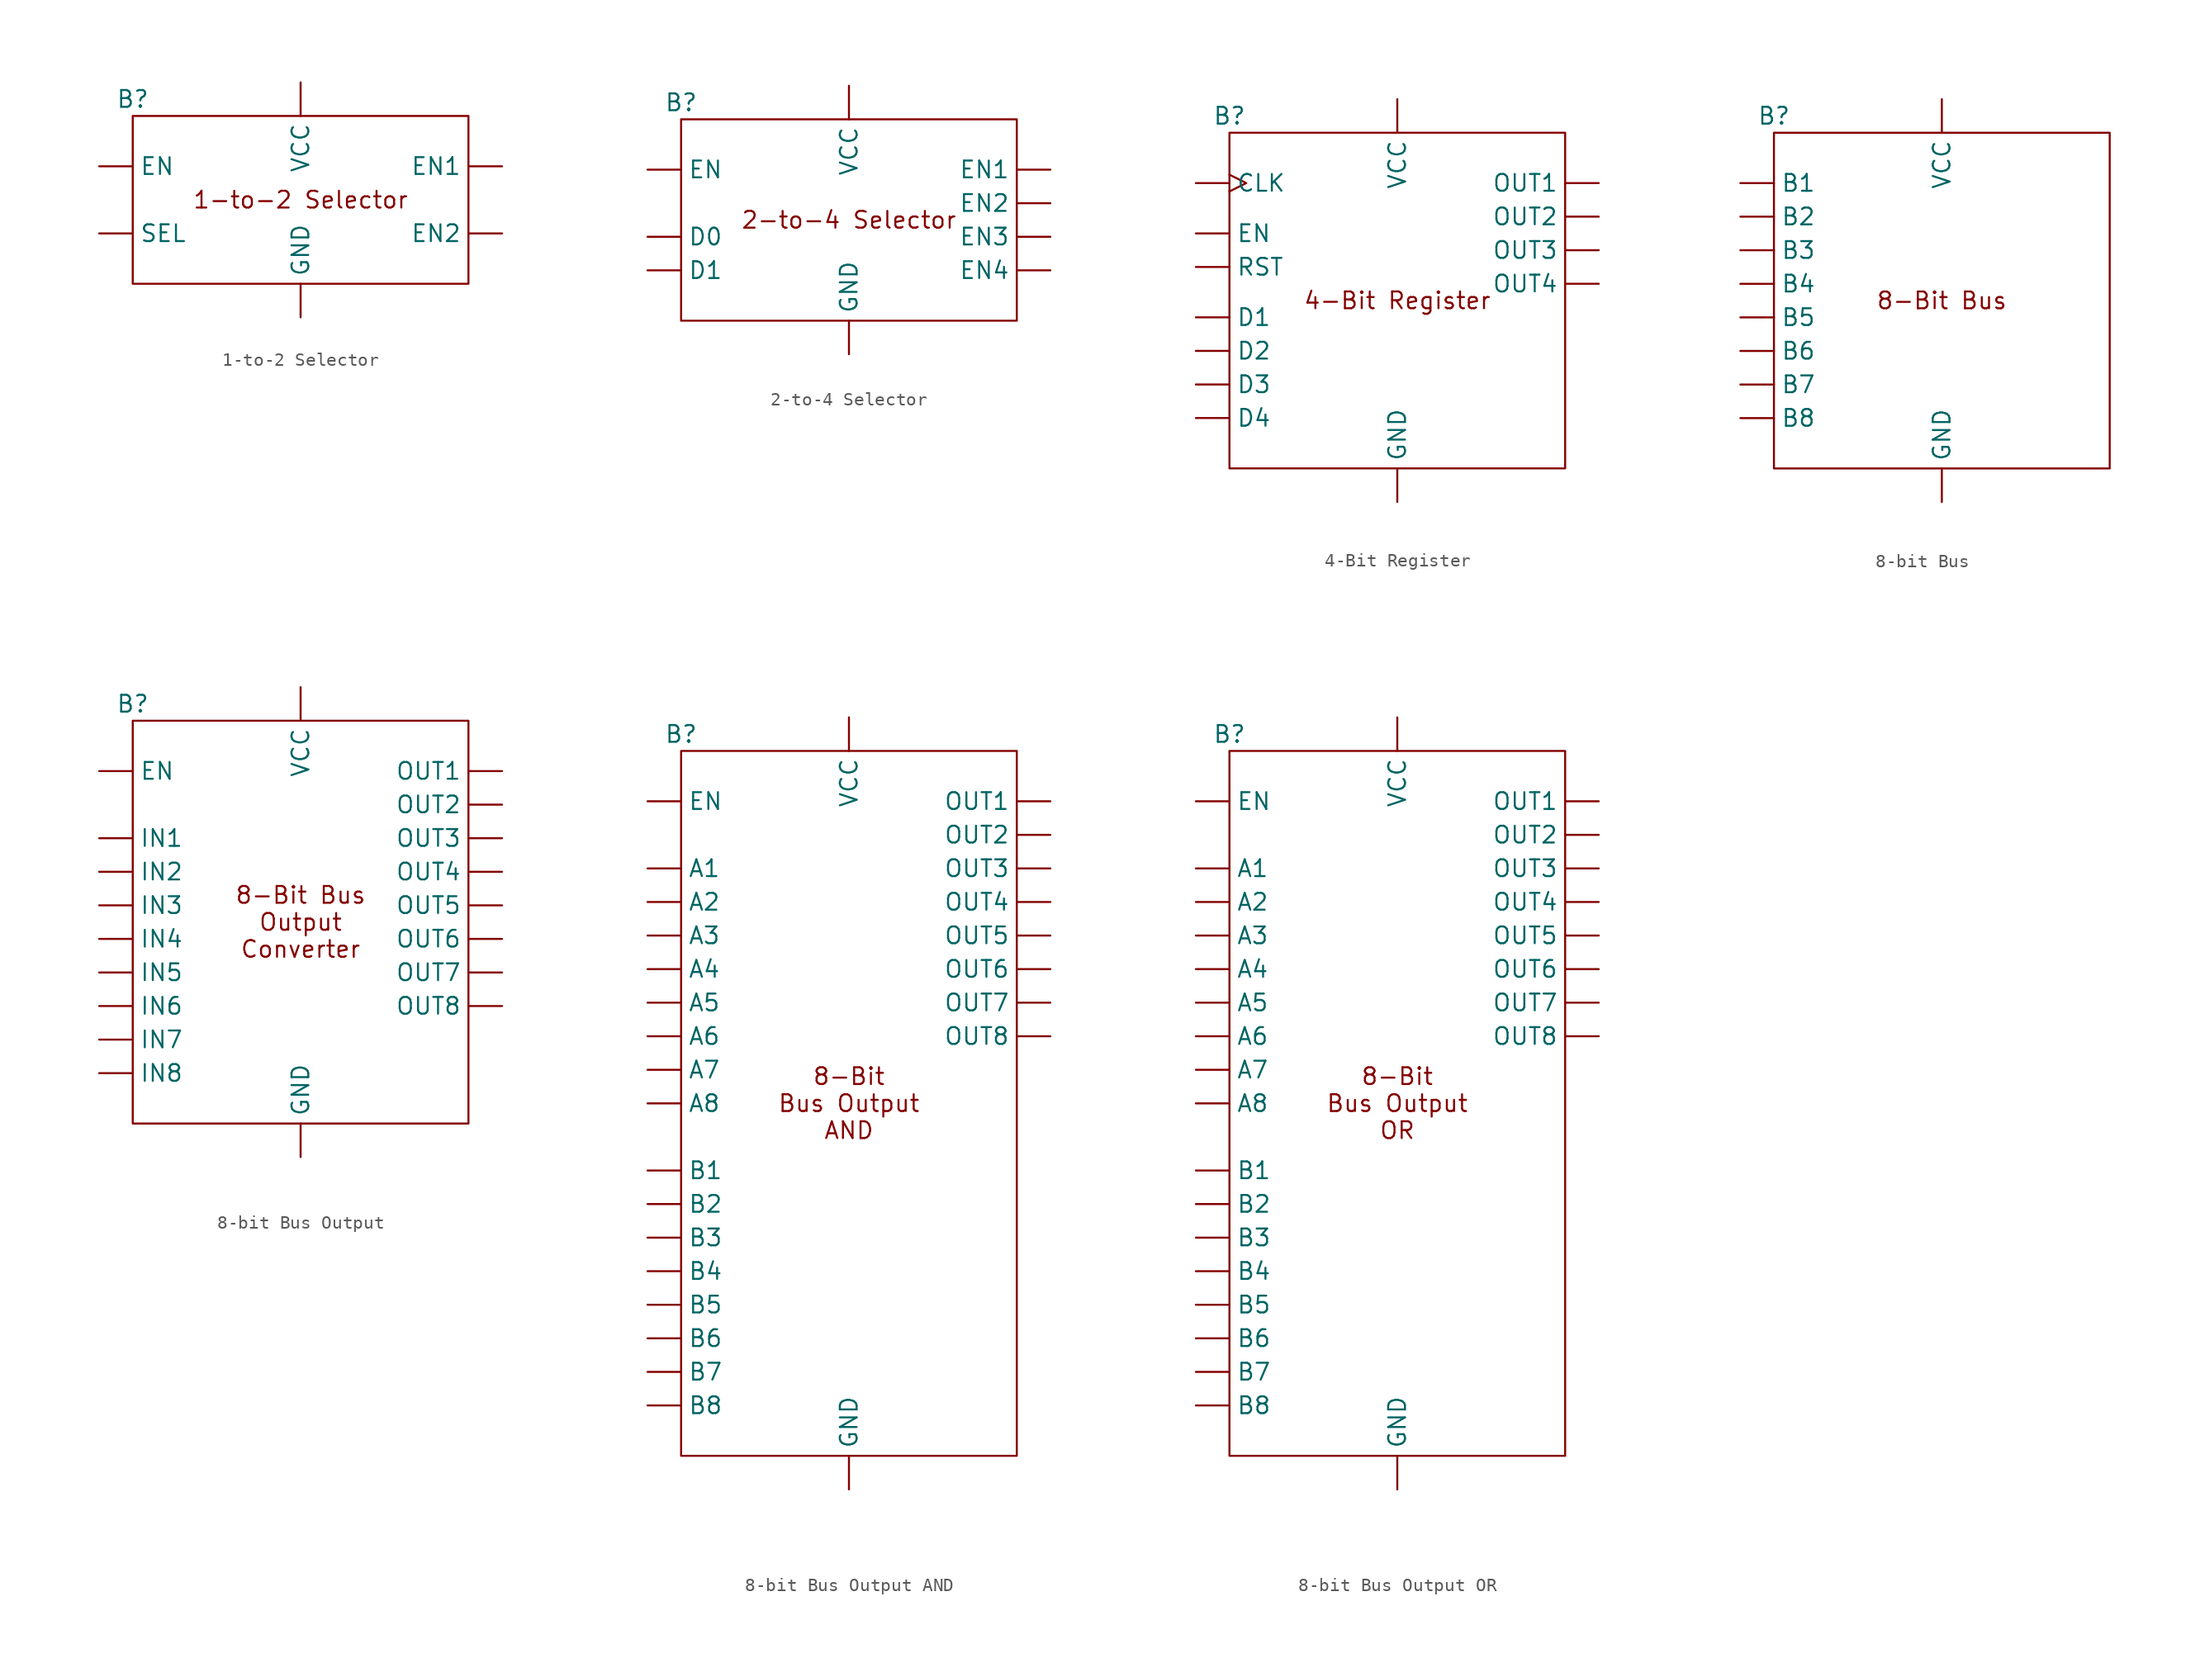
<source format=kicad_sym>
(kicad_symbol_lib
  (version 20220914)
  (generator kicad_symbol_editor)
  (symbol "1-to-2 Selector"
    (property "Reference" "B"
      (at -12.7 7.62 0)
      (effects (font (size 1.27 1.27))))
    (property "Value" ""
      (at 0 -6.35 0)
      (effects (font (size 1.27 1.27))))
    (symbol "1-to-2 Selector_0_1"
      (rectangle (start -12.7 6.35) (end 12.7 -6.35) (stroke (width 0) (type default)) (fill (type none))))
    (symbol "1-to-2 Selector_1_1"
      (text "1-to-2 Selector" (at 0 0 0) (effects (font (size 1.27 1.27))))
      (pin input line (at -15.24 2.54 0) (length 2.54) (name "EN" (effects (font (size 1.27 1.27)))) (number "" (effects (font (size 1.27 1.27)))))
      (pin output line (at 15.24 2.54 180) (length 2.54) (name "EN1" (effects (font (size 1.27 1.27)))) (number "" (effects (font (size 1.27 1.27)))))
      (pin output line (at 15.24 -2.54 180) (length 2.54) (name "EN2" (effects (font (size 1.27 1.27)))) (number "" (effects (font (size 1.27 1.27)))))
      (pin power_in line (at 0 -8.89 90) (length 2.54) (name "GND" (effects (font (size 1.27 1.27)))) (number "" (effects (font (size 1.27 1.27)))))
      (pin input line (at -15.24 -2.54 0) (length 2.54) (name "SEL" (effects (font (size 1.27 1.27)))) (number "" (effects (font (size 1.27 1.27)))))
      (pin power_in line (at 0 8.89 270) (length 2.54) (name "VCC" (effects (font (size 1.27 1.27)))) (number "" (effects (font (size 1.27 1.27)))))))
  (symbol "2-to-4 Selector"
    (property "Reference" "B"
      (at -12.7 8.89 0)
      (effects (font (size 1.27 1.27))))
    (property "Value" ""
      (at 0 -5.08 0)
      (effects (font (size 1.27 1.27))))
    (symbol "2-to-4 Selector_0_1"
      (rectangle (start -12.7 7.62) (end 12.7 -7.62) (stroke (width 0) (type default)) (fill (type none))))
    (symbol "2-to-4 Selector_1_1"
      (text "2-to-4 Selector" (at 0 0 0) (effects (font (size 1.27 1.27))))
      (pin input line (at -15.24 -1.27 0) (length 2.54) (name "D0" (effects (font (size 1.27 1.27)))) (number "" (effects (font (size 1.27 1.27)))))
      (pin input line (at -15.24 -3.81 0) (length 2.54) (name "D1" (effects (font (size 1.27 1.27)))) (number "" (effects (font (size 1.27 1.27)))))
      (pin input line (at -15.24 3.81 0) (length 2.54) (name "EN" (effects (font (size 1.27 1.27)))) (number "" (effects (font (size 1.27 1.27)))))
      (pin output line (at 15.24 3.81 180) (length 2.54) (name "EN1" (effects (font (size 1.27 1.27)))) (number "" (effects (font (size 1.27 1.27)))))
      (pin output line (at 15.24 1.27 180) (length 2.54) (name "EN2" (effects (font (size 1.27 1.27)))) (number "" (effects (font (size 1.27 1.27)))))
      (pin output line (at 15.24 -1.27 180) (length 2.54) (name "EN3" (effects (font (size 1.27 1.27)))) (number "" (effects (font (size 1.27 1.27)))))
      (pin output line (at 15.24 -3.81 180) (length 2.54) (name "EN4" (effects (font (size 1.27 1.27)))) (number "" (effects (font (size 1.27 1.27)))))
      (pin power_in line (at 0 -10.16 90) (length 2.54) (name "GND" (effects (font (size 1.27 1.27)))) (number "" (effects (font (size 1.27 1.27)))))
      (pin power_in line (at 0 10.16 270) (length 2.54) (name "VCC" (effects (font (size 1.27 1.27)))) (number "" (effects (font (size 1.27 1.27)))))))
  (symbol "4-Bit Register"
    (property "Reference" "B"
      (at -12.7 13.97 0)
      (effects (font (size 1.27 1.27))))
    (property "Value" ""
      (at 0 0 0)
      (effects (font (size 1.27 1.27))))
    (symbol "4-Bit Register_0_1"
      (rectangle (start -12.7 12.7) (end 12.7 -12.7) (stroke (width 0) (type default)) (fill (type none))))
    (symbol "4-Bit Register_1_1"
      (text "4-Bit Register" (at 0 0 0) (effects (font (size 1.27 1.27))))
      (pin input clock (at -15.24 8.89 0) (length 2.54) (name "CLK" (effects (font (size 1.27 1.27)))) (number "" (effects (font (size 1.27 1.27)))))
      (pin input line (at -15.24 -1.27 0) (length 2.54) (name "D1" (effects (font (size 1.27 1.27)))) (number "" (effects (font (size 1.27 1.27)))))
      (pin input line (at -15.24 -3.81 0) (length 2.54) (name "D2" (effects (font (size 1.27 1.27)))) (number "" (effects (font (size 1.27 1.27)))))
      (pin input line (at -15.24 -6.35 0) (length 2.54) (name "D3" (effects (font (size 1.27 1.27)))) (number "" (effects (font (size 1.27 1.27)))))
      (pin input line (at -15.24 -8.89 0) (length 2.54) (name "D4" (effects (font (size 1.27 1.27)))) (number "" (effects (font (size 1.27 1.27)))))
      (pin input line (at -15.24 5.08 0) (length 2.54) (name "EN" (effects (font (size 1.27 1.27)))) (number "" (effects (font (size 1.27 1.27)))))
      (pin power_in line (at 0 -15.24 90) (length 2.54) (name "GND" (effects (font (size 1.27 1.27)))) (number "" (effects (font (size 1.27 1.27)))))
      (pin output line (at 15.24 8.89 180) (length 2.54) (name "OUT1" (effects (font (size 1.27 1.27)))) (number "" (effects (font (size 1.27 1.27)))))
      (pin output line (at 15.24 6.35 180) (length 2.54) (name "OUT2" (effects (font (size 1.27 1.27)))) (number "" (effects (font (size 1.27 1.27)))))
      (pin output line (at 15.24 3.81 180) (length 2.54) (name "OUT3" (effects (font (size 1.27 1.27)))) (number "" (effects (font (size 1.27 1.27)))))
      (pin output line (at 15.24 1.27 180) (length 2.54) (name "OUT4" (effects (font (size 1.27 1.27)))) (number "" (effects (font (size 1.27 1.27)))))
      (pin input line (at -15.24 2.54 0) (length 2.54) (name "RST" (effects (font (size 1.27 1.27)))) (number "" (effects (font (size 1.27 1.27)))))
      (pin power_in line (at 0 15.24 270) (length 2.54) (name "VCC" (effects (font (size 1.27 1.27)))) (number "" (effects (font (size 1.27 1.27)))))))
  (symbol "8-bit Bus"
    (property "Reference" "B"
      (at -12.7 13.97 0)
      (effects (font (size 1.27 1.27))))
    (property "Value" ""
      (at 0 0 0)
      (effects (font (size 1.27 1.27))))
    (symbol "8-bit Bus_0_1"
      (rectangle (start -12.7 12.7) (end 12.7 -12.7) (stroke (width 0) (type default)) (fill (type none))))
    (symbol "8-bit Bus_1_1"
      (text "8-Bit Bus" (at 0 0 0) (effects (font (size 1.27 1.27))))
      (pin bidirectional line (at -15.24 8.89 0) (length 2.54) (name "B1" (effects (font (size 1.27 1.27)))) (number "" (effects (font (size 1.27 1.27)))))
      (pin bidirectional line (at -15.24 6.35 0) (length 2.54) (name "B2" (effects (font (size 1.27 1.27)))) (number "" (effects (font (size 1.27 1.27)))))
      (pin bidirectional line (at -15.24 3.81 0) (length 2.54) (name "B3" (effects (font (size 1.27 1.27)))) (number "" (effects (font (size 1.27 1.27)))))
      (pin bidirectional line (at -15.24 1.27 0) (length 2.54) (name "B4" (effects (font (size 1.27 1.27)))) (number "" (effects (font (size 1.27 1.27)))))
      (pin bidirectional line (at -15.24 -1.27 0) (length 2.54) (name "B5" (effects (font (size 1.27 1.27)))) (number "" (effects (font (size 1.27 1.27)))))
      (pin bidirectional line (at -15.24 -3.81 0) (length 2.54) (name "B6" (effects (font (size 1.27 1.27)))) (number "" (effects (font (size 1.27 1.27)))))
      (pin bidirectional line (at -15.24 -6.35 0) (length 2.54) (name "B7" (effects (font (size 1.27 1.27)))) (number "" (effects (font (size 1.27 1.27)))))
      (pin bidirectional line (at -15.24 -8.89 0) (length 2.54) (name "B8" (effects (font (size 1.27 1.27)))) (number "" (effects (font (size 1.27 1.27)))))
      (pin power_in line (at 0 -15.24 90) (length 2.54) (name "GND" (effects (font (size 1.27 1.27)))) (number "" (effects (font (size 1.27 1.27)))))
      (pin power_in line (at 0 15.24 270) (length 2.54) (name "VCC" (effects (font (size 1.27 1.27)))) (number "" (effects (font (size 1.27 1.27)))))))
  (symbol "8-bit Bus Output"
    (property "Reference" "B"
      (at -12.7 16.51 0)
      (effects (font (size 1.27 1.27))))
    (property "Value" ""
      (at 0 2.54 0)
      (effects (font (size 1.27 1.27))))
    (symbol "8-bit Bus Output_0_1"
      (rectangle (start -12.7 15.24) (end 12.7 -15.24) (stroke (width 0) (type default)) (fill (type none))))
    (symbol "8-bit Bus Output_1_1"
      (text "8-Bit Bus\nOutput\nConverter" (at 0 0 0) (effects (font (size 1.27 1.27))))
      (pin input line (at -15.24 11.43 0) (length 2.54) (name "EN" (effects (font (size 1.27 1.27)))) (number "" (effects (font (size 1.27 1.27)))))
      (pin power_in line (at 0 -17.78 90) (length 2.54) (name "GND" (effects (font (size 1.27 1.27)))) (number "" (effects (font (size 1.27 1.27)))))
      (pin input line (at -15.24 6.35 0) (length 2.54) (name "IN1" (effects (font (size 1.27 1.27)))) (number "" (effects (font (size 1.27 1.27)))))
      (pin input line (at -15.24 3.81 0) (length 2.54) (name "IN2" (effects (font (size 1.27 1.27)))) (number "" (effects (font (size 1.27 1.27)))))
      (pin input line (at -15.24 1.27 0) (length 2.54) (name "IN3" (effects (font (size 1.27 1.27)))) (number "" (effects (font (size 1.27 1.27)))))
      (pin input line (at -15.24 -1.27 0) (length 2.54) (name "IN4" (effects (font (size 1.27 1.27)))) (number "" (effects (font (size 1.27 1.27)))))
      (pin input line (at -15.24 -3.81 0) (length 2.54) (name "IN5" (effects (font (size 1.27 1.27)))) (number "" (effects (font (size 1.27 1.27)))))
      (pin input line (at -15.24 -6.35 0) (length 2.54) (name "IN6" (effects (font (size 1.27 1.27)))) (number "" (effects (font (size 1.27 1.27)))))
      (pin input line (at -15.24 -8.89 0) (length 2.54) (name "IN7" (effects (font (size 1.27 1.27)))) (number "" (effects (font (size 1.27 1.27)))))
      (pin input line (at -15.24 -11.43 0) (length 2.54) (name "IN8" (effects (font (size 1.27 1.27)))) (number "" (effects (font (size 1.27 1.27)))))
      (pin open_collector line (at 15.24 11.43 180) (length 2.54) (name "OUT1" (effects (font (size 1.27 1.27)))) (number "" (effects (font (size 1.27 1.27)))))
      (pin open_collector line (at 15.24 8.89 180) (length 2.54) (name "OUT2" (effects (font (size 1.27 1.27)))) (number "" (effects (font (size 1.27 1.27)))))
      (pin open_collector line (at 15.24 6.35 180) (length 2.54) (name "OUT3" (effects (font (size 1.27 1.27)))) (number "" (effects (font (size 1.27 1.27)))))
      (pin open_collector line (at 15.24 3.81 180) (length 2.54) (name "OUT4" (effects (font (size 1.27 1.27)))) (number "" (effects (font (size 1.27 1.27)))))
      (pin open_collector line (at 15.24 1.27 180) (length 2.54) (name "OUT5" (effects (font (size 1.27 1.27)))) (number "" (effects (font (size 1.27 1.27)))))
      (pin open_collector line (at 15.24 -1.27 180) (length 2.54) (name "OUT6" (effects (font (size 1.27 1.27)))) (number "" (effects (font (size 1.27 1.27)))))
      (pin open_collector line (at 15.24 -3.81 180) (length 2.54) (name "OUT7" (effects (font (size 1.27 1.27)))) (number "" (effects (font (size 1.27 1.27)))))
      (pin open_collector line (at 15.24 -6.35 180) (length 2.54) (name "OUT8" (effects (font (size 1.27 1.27)))) (number "" (effects (font (size 1.27 1.27)))))
      (pin power_in line (at 0 17.78 270) (length 2.54) (name "VCC" (effects (font (size 1.27 1.27)))) (number "" (effects (font (size 1.27 1.27)))))))
  (symbol "8-bit Bus Output AND"
    (property "Reference" "B"
      (at -12.7 27.94 0)
      (effects (font (size 1.27 1.27))))
    (property "Value" ""
      (at 0 13.97 0)
      (effects (font (size 1.27 1.27))))
    (symbol "8-bit Bus Output AND_0_1"
      (rectangle (start -12.7 26.67) (end 12.7 -26.67) (stroke (width 0) (type default)) (fill (type none))))
    (symbol "8-bit Bus Output AND_1_1"
      (text "8-Bit\nBus Output\nAND" (at 0 0 0) (effects (font (size 1.27 1.27))))
      (pin input line (at -15.24 17.78 0) (length 2.54) (name "A1" (effects (font (size 1.27 1.27)))) (number "" (effects (font (size 1.27 1.27)))))
      (pin input line (at -15.24 15.24 0) (length 2.54) (name "A2" (effects (font (size 1.27 1.27)))) (number "" (effects (font (size 1.27 1.27)))))
      (pin input line (at -15.24 12.7 0) (length 2.54) (name "A3" (effects (font (size 1.27 1.27)))) (number "" (effects (font (size 1.27 1.27)))))
      (pin input line (at -15.24 10.16 0) (length 2.54) (name "A4" (effects (font (size 1.27 1.27)))) (number "" (effects (font (size 1.27 1.27)))))
      (pin input line (at -15.24 7.62 0) (length 2.54) (name "A5" (effects (font (size 1.27 1.27)))) (number "" (effects (font (size 1.27 1.27)))))
      (pin input line (at -15.24 5.08 0) (length 2.54) (name "A6" (effects (font (size 1.27 1.27)))) (number "" (effects (font (size 1.27 1.27)))))
      (pin input line (at -15.24 2.54 0) (length 2.54) (name "A7" (effects (font (size 1.27 1.27)))) (number "" (effects (font (size 1.27 1.27)))))
      (pin input line (at -15.24 0 0) (length 2.54) (name "A8" (effects (font (size 1.27 1.27)))) (number "" (effects (font (size 1.27 1.27)))))
      (pin input line (at -15.24 -5.08 0) (length 2.54) (name "B1" (effects (font (size 1.27 1.27)))) (number "" (effects (font (size 1.27 1.27)))))
      (pin input line (at -15.24 -7.62 0) (length 2.54) (name "B2" (effects (font (size 1.27 1.27)))) (number "" (effects (font (size 1.27 1.27)))))
      (pin input line (at -15.24 -10.16 0) (length 2.54) (name "B3" (effects (font (size 1.27 1.27)))) (number "" (effects (font (size 1.27 1.27)))))
      (pin input line (at -15.24 -12.7 0) (length 2.54) (name "B4" (effects (font (size 1.27 1.27)))) (number "" (effects (font (size 1.27 1.27)))))
      (pin input line (at -15.24 -15.24 0) (length 2.54) (name "B5" (effects (font (size 1.27 1.27)))) (number "" (effects (font (size 1.27 1.27)))))
      (pin input line (at -15.24 -17.78 0) (length 2.54) (name "B6" (effects (font (size 1.27 1.27)))) (number "" (effects (font (size 1.27 1.27)))))
      (pin input line (at -15.24 -20.32 0) (length 2.54) (name "B7" (effects (font (size 1.27 1.27)))) (number "" (effects (font (size 1.27 1.27)))))
      (pin input line (at -15.24 -22.86 0) (length 2.54) (name "B8" (effects (font (size 1.27 1.27)))) (number "" (effects (font (size 1.27 1.27)))))
      (pin input line (at -15.24 22.86 0) (length 2.54) (name "EN" (effects (font (size 1.27 1.27)))) (number "" (effects (font (size 1.27 1.27)))))
      (pin power_in line (at 0 -29.21 90) (length 2.54) (name "GND" (effects (font (size 1.27 1.27)))) (number "" (effects (font (size 1.27 1.27)))))
      (pin open_collector line (at 15.24 22.86 180) (length 2.54) (name "OUT1" (effects (font (size 1.27 1.27)))) (number "" (effects (font (size 1.27 1.27)))))
      (pin open_collector line (at 15.24 20.32 180) (length 2.54) (name "OUT2" (effects (font (size 1.27 1.27)))) (number "" (effects (font (size 1.27 1.27)))))
      (pin open_collector line (at 15.24 17.78 180) (length 2.54) (name "OUT3" (effects (font (size 1.27 1.27)))) (number "" (effects (font (size 1.27 1.27)))))
      (pin open_collector line (at 15.24 15.24 180) (length 2.54) (name "OUT4" (effects (font (size 1.27 1.27)))) (number "" (effects (font (size 1.27 1.27)))))
      (pin open_collector line (at 15.24 12.7 180) (length 2.54) (name "OUT5" (effects (font (size 1.27 1.27)))) (number "" (effects (font (size 1.27 1.27)))))
      (pin open_collector line (at 15.24 10.16 180) (length 2.54) (name "OUT6" (effects (font (size 1.27 1.27)))) (number "" (effects (font (size 1.27 1.27)))))
      (pin open_collector line (at 15.24 7.62 180) (length 2.54) (name "OUT7" (effects (font (size 1.27 1.27)))) (number "" (effects (font (size 1.27 1.27)))))
      (pin open_collector line (at 15.24 5.08 180) (length 2.54) (name "OUT8" (effects (font (size 1.27 1.27)))) (number "" (effects (font (size 1.27 1.27)))))
      (pin power_in line (at 0 29.21 270) (length 2.54) (name "VCC" (effects (font (size 1.27 1.27)))) (number "" (effects (font (size 1.27 1.27)))))))
  (symbol "8-bit Bus Output OR"
    (property "Reference" "B"
      (at -12.7 27.94 0)
      (effects (font (size 1.27 1.27))))
    (property "Value" ""
      (at 0 13.97 0)
      (effects (font (size 1.27 1.27))))
    (symbol "8-bit Bus Output OR_0_1"
      (rectangle (start -12.7 26.67) (end 12.7 -26.67) (stroke (width 0) (type default)) (fill (type none))))
    (symbol "8-bit Bus Output OR_1_1"
      (text "8-Bit\nBus Output\nOR" (at 0 0 0) (effects (font (size 1.27 1.27))))
      (pin input line (at -15.24 17.78 0) (length 2.54) (name "A1" (effects (font (size 1.27 1.27)))) (number "" (effects (font (size 1.27 1.27)))))
      (pin input line (at -15.24 15.24 0) (length 2.54) (name "A2" (effects (font (size 1.27 1.27)))) (number "" (effects (font (size 1.27 1.27)))))
      (pin input line (at -15.24 12.7 0) (length 2.54) (name "A3" (effects (font (size 1.27 1.27)))) (number "" (effects (font (size 1.27 1.27)))))
      (pin input line (at -15.24 10.16 0) (length 2.54) (name "A4" (effects (font (size 1.27 1.27)))) (number "" (effects (font (size 1.27 1.27)))))
      (pin input line (at -15.24 7.62 0) (length 2.54) (name "A5" (effects (font (size 1.27 1.27)))) (number "" (effects (font (size 1.27 1.27)))))
      (pin input line (at -15.24 5.08 0) (length 2.54) (name "A6" (effects (font (size 1.27 1.27)))) (number "" (effects (font (size 1.27 1.27)))))
      (pin input line (at -15.24 2.54 0) (length 2.54) (name "A7" (effects (font (size 1.27 1.27)))) (number "" (effects (font (size 1.27 1.27)))))
      (pin input line (at -15.24 0 0) (length 2.54) (name "A8" (effects (font (size 1.27 1.27)))) (number "" (effects (font (size 1.27 1.27)))))
      (pin input line (at -15.24 -5.08 0) (length 2.54) (name "B1" (effects (font (size 1.27 1.27)))) (number "" (effects (font (size 1.27 1.27)))))
      (pin input line (at -15.24 -7.62 0) (length 2.54) (name "B2" (effects (font (size 1.27 1.27)))) (number "" (effects (font (size 1.27 1.27)))))
      (pin input line (at -15.24 -10.16 0) (length 2.54) (name "B3" (effects (font (size 1.27 1.27)))) (number "" (effects (font (size 1.27 1.27)))))
      (pin input line (at -15.24 -12.7 0) (length 2.54) (name "B4" (effects (font (size 1.27 1.27)))) (number "" (effects (font (size 1.27 1.27)))))
      (pin input line (at -15.24 -15.24 0) (length 2.54) (name "B5" (effects (font (size 1.27 1.27)))) (number "" (effects (font (size 1.27 1.27)))))
      (pin input line (at -15.24 -17.78 0) (length 2.54) (name "B6" (effects (font (size 1.27 1.27)))) (number "" (effects (font (size 1.27 1.27)))))
      (pin input line (at -15.24 -20.32 0) (length 2.54) (name "B7" (effects (font (size 1.27 1.27)))) (number "" (effects (font (size 1.27 1.27)))))
      (pin input line (at -15.24 -22.86 0) (length 2.54) (name "B8" (effects (font (size 1.27 1.27)))) (number "" (effects (font (size 1.27 1.27)))))
      (pin input line (at -15.24 22.86 0) (length 2.54) (name "EN" (effects (font (size 1.27 1.27)))) (number "" (effects (font (size 1.27 1.27)))))
      (pin power_in line (at 0 -29.21 90) (length 2.54) (name "GND" (effects (font (size 1.27 1.27)))) (number "" (effects (font (size 1.27 1.27)))))
      (pin open_collector line (at 15.24 22.86 180) (length 2.54) (name "OUT1" (effects (font (size 1.27 1.27)))) (number "" (effects (font (size 1.27 1.27)))))
      (pin open_collector line (at 15.24 20.32 180) (length 2.54) (name "OUT2" (effects (font (size 1.27 1.27)))) (number "" (effects (font (size 1.27 1.27)))))
      (pin open_collector line (at 15.24 17.78 180) (length 2.54) (name "OUT3" (effects (font (size 1.27 1.27)))) (number "" (effects (font (size 1.27 1.27)))))
      (pin open_collector line (at 15.24 15.24 180) (length 2.54) (name "OUT4" (effects (font (size 1.27 1.27)))) (number "" (effects (font (size 1.27 1.27)))))
      (pin open_collector line (at 15.24 12.7 180) (length 2.54) (name "OUT5" (effects (font (size 1.27 1.27)))) (number "" (effects (font (size 1.27 1.27)))))
      (pin open_collector line (at 15.24 10.16 180) (length 2.54) (name "OUT6" (effects (font (size 1.27 1.27)))) (number "" (effects (font (size 1.27 1.27)))))
      (pin open_collector line (at 15.24 7.62 180) (length 2.54) (name "OUT7" (effects (font (size 1.27 1.27)))) (number "" (effects (font (size 1.27 1.27)))))
      (pin open_collector line (at 15.24 5.08 180) (length 2.54) (name "OUT8" (effects (font (size 1.27 1.27)))) (number "" (effects (font (size 1.27 1.27)))))
      (pin power_in line (at 0 29.21 270) (length 2.54) (name "VCC" (effects (font (size 1.27 1.27)))) (number "" (effects (font (size 1.27 1.27))))))))
</source>
